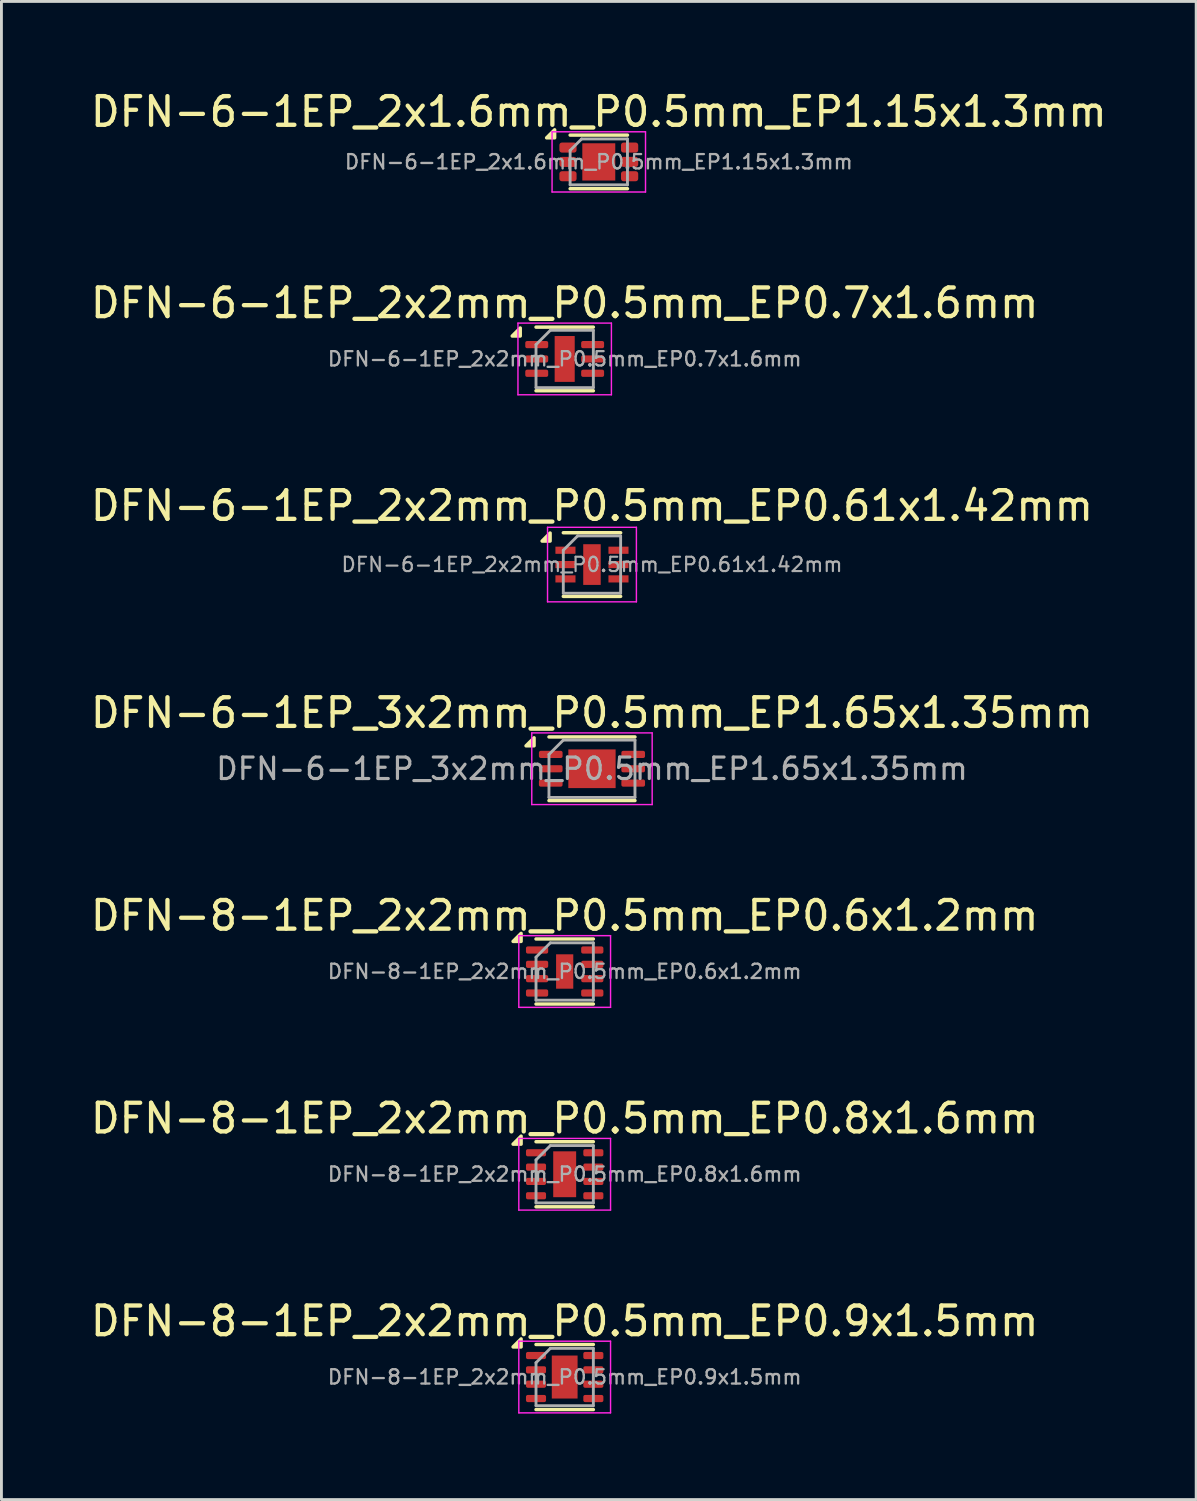
<source format=kicad_pcb>
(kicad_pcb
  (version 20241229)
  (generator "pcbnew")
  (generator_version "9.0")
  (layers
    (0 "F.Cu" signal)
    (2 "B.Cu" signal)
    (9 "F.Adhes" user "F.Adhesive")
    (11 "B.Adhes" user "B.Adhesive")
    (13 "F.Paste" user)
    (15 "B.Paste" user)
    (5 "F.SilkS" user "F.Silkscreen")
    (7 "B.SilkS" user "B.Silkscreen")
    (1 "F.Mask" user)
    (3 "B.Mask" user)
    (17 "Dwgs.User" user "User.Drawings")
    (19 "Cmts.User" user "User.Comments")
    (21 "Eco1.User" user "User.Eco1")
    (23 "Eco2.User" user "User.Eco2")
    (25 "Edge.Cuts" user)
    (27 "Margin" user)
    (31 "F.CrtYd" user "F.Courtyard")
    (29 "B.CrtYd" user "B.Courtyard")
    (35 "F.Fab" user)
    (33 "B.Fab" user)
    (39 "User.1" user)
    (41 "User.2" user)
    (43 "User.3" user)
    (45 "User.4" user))
  (footprint "DFN-6-1EP_2x2mm_P0.5mm_EP0.7x1.6mm"
    (layer "F.Cu")
    (at 16.649 9.472)
    (property "Reference" "DFN-6-1EP_2x2mm_P0.5mm_EP0.7x1.6mm" (at 0 -1.95 0) (layer "F.SilkS") (effects (font (size 1 1) (thickness 0.15))))
    (attr smd)
    (fp_line (start -1 -1.11) (end 1 -1.11) (stroke (width 0.12) (type solid)) (layer "F.SilkS"))
    (fp_line (start -1 1.11) (end 1 1.11) (stroke (width 0.12) (type solid)) (layer "F.SilkS"))
    (fp_poly (pts (xy -1.55 -0.8) (xy -1.83 -0.8) (xy -1.55 -1.08) (xy -1.55 -0.8)) (stroke (width 0.12) (type solid)) (fill yes) (layer "F.SilkS"))
    (fp_line (start -1.63 -1.25) (end -1.63 1.25) (stroke (width 0.05) (type solid)) (layer "F.CrtYd"))
    (fp_line (start -1.63 1.25) (end 1.63 1.25) (stroke (width 0.05) (type solid)) (layer "F.CrtYd"))
    (fp_line (start 1.63 -1.25) (end -1.63 -1.25) (stroke (width 0.05) (type solid)) (layer "F.CrtYd"))
    (fp_line (start 1.63 1.25) (end 1.63 -1.25) (stroke (width 0.05) (type solid)) (layer "F.CrtYd"))
    (fp_line (start -1 -0.5) (end -0.5 -1) (stroke (width 0.1) (type solid)) (layer "F.Fab"))
    (fp_line (start -1 1) (end -1 -0.5) (stroke (width 0.1) (type solid)) (layer "F.Fab"))
    (fp_line (start -0.5 -1) (end 1 -1) (stroke (width 0.1) (type solid)) (layer "F.Fab"))
    (fp_line (start 1 -1) (end 1 1) (stroke (width 0.1) (type solid)) (layer "F.Fab"))
    (fp_line (start 1 1) (end -1 1) (stroke (width 0.1) (type solid)) (layer "F.Fab"))
    (fp_text user "${REFERENCE}" (at 0 0 0) (layer "F.Fab") (effects (font (size 0.5 0.5) (thickness 0.08))))
    (pad "" smd roundrect (at 0 -0.4) (size 0.56 0.64) (layers "F.Paste") (roundrect_rratio 0.25))
    (pad "" smd roundrect (at 0 0.4) (size 0.56 0.64) (layers "F.Paste") (roundrect_rratio 0.25))
    (pad "1" smd roundrect (at -0.975 -0.5) (size 0.8 0.25) (layers "F.Cu" "F.Mask" "F.Paste") (roundrect_rratio 0.25))
    (pad "2" smd roundrect (at -0.975 0) (size 0.8 0.25) (layers "F.Cu" "F.Mask" "F.Paste") (roundrect_rratio 0.25))
    (pad "3" smd roundrect (at -0.975 0.5) (size 0.8 0.25) (layers "F.Cu" "F.Mask" "F.Paste") (roundrect_rratio 0.25))
    (pad "4" smd roundrect (at 0.975 0.5) (size 0.8 0.25) (layers "F.Cu" "F.Mask" "F.Paste") (roundrect_rratio 0.25))
    (pad "5" smd roundrect (at 0.975 0) (size 0.8 0.25) (layers "F.Cu" "F.Mask" "F.Paste") (roundrect_rratio 0.25))
    (pad "6" smd roundrect (at 0.975 -0.5) (size 0.8 0.25) (layers "F.Cu" "F.Mask" "F.Paste") (roundrect_rratio 0.25))
    (pad "7" smd rect (at 0 0) (size 0.7 1.6) (property pad_prop_heatsink) (layers "F.Cu" "F.Mask")))
  (footprint "DFN-6-1EP_2x1.6mm_P0.5mm_EP1.15x1.3mm"
    (layer "F.Cu")
    (at 17.839 2.598)
    (property "Reference" "DFN-6-1EP_2x1.6mm_P0.5mm_EP1.15x1.3mm" (at 0 -1.75 0) (layer "F.SilkS") (effects (font (size 1 1) (thickness 0.15))))
    (attr smd)
    (fp_line (start -1 -0.935) (end 1 -0.935) (stroke (width 0.12) (type solid)) (layer "F.SilkS"))
    (fp_line (start -1 0.935) (end 1 0.935) (stroke (width 0.12) (type solid)) (layer "F.SilkS"))
    (fp_poly (pts (xy -1.54 -0.84) (xy -1.82 -0.84) (xy -1.54 -1.12) (xy -1.54 -0.84)) (stroke (width 0.12) (type solid)) (fill yes) (layer "F.SilkS"))
    (fp_line (start -1.63 -1.05) (end -1.63 1.05) (stroke (width 0.05) (type solid)) (layer "F.CrtYd"))
    (fp_line (start -1.63 1.05) (end 1.63 1.05) (stroke (width 0.05) (type solid)) (layer "F.CrtYd"))
    (fp_line (start 1.63 -1.05) (end -1.63 -1.05) (stroke (width 0.05) (type solid)) (layer "F.CrtYd"))
    (fp_line (start 1.63 1.05) (end 1.63 -1.05) (stroke (width 0.05) (type solid)) (layer "F.CrtYd"))
    (fp_line (start -1 -0.4) (end -0.6 -0.8) (stroke (width 0.1) (type solid)) (layer "F.Fab"))
    (fp_line (start -1 0.8) (end -1 -0.4) (stroke (width 0.1) (type solid)) (layer "F.Fab"))
    (fp_line (start -0.6 -0.8) (end 1 -0.8) (stroke (width 0.1) (type solid)) (layer "F.Fab"))
    (fp_line (start 1 -0.8) (end 1 0.8) (stroke (width 0.1) (type solid)) (layer "F.Fab"))
    (fp_line (start 1 0.8) (end -1 0.8) (stroke (width 0.1) (type solid)) (layer "F.Fab"))
    (fp_text user "${REFERENCE}" (at 0 0 0) (layer "F.Fab") (effects (font (size 0.5 0.5) (thickness 0.08))))
    (pad "" smd roundrect (at 0 -0.325) (size 0.93 0.52) (layers "F.Paste") (roundrect_rratio 0.25))
    (pad "" smd roundrect (at 0 0.325) (size 0.93 0.52) (layers "F.Paste") (roundrect_rratio 0.25))
    (pad "1" smd roundrect (at -1.075 -0.5) (size 0.6 0.35) (layers "F.Cu" "F.Mask" "F.Paste") (roundrect_rratio 0.25))
    (pad "2" smd roundrect (at -1.075 0) (size 0.6 0.35) (layers "F.Cu" "F.Mask" "F.Paste") (roundrect_rratio 0.25))
    (pad "3" smd roundrect (at -1.075 0.5) (size 0.6 0.35) (layers "F.Cu" "F.Mask" "F.Paste") (roundrect_rratio 0.25))
    (pad "4" smd roundrect (at 1.075 0.5) (size 0.6 0.35) (layers "F.Cu" "F.Mask" "F.Paste") (roundrect_rratio 0.25))
    (pad "5" smd roundrect (at 1.075 0) (size 0.6 0.35) (layers "F.Cu" "F.Mask" "F.Paste") (roundrect_rratio 0.25))
    (pad "6" smd roundrect (at 1.075 -0.5) (size 0.6 0.35) (layers "F.Cu" "F.Mask" "F.Paste") (roundrect_rratio 0.25))
    (pad "7" smd rect (at 0 0) (size 1.15 1.3) (property pad_prop_heatsink) (layers "F.Cu" "F.Mask")))
  (footprint "DFN-8-1EP_2x2mm_P0.5mm_EP0.6x1.2mm"
    (layer "F.Cu")
    (at 16.649 30.841)
    (property "Reference" "DFN-8-1EP_2x2mm_P0.5mm_EP0.6x1.2mm" (at 0 -1.95 0) (layer "F.SilkS") (effects (font (size 1 1) (thickness 0.15))))
    (attr smd)
    (fp_line (start -1 -1.135) (end 1 -1.135) (stroke (width 0.12) (type solid)) (layer "F.SilkS"))
    (fp_line (start -1 1.135) (end 1 1.135) (stroke (width 0.12) (type solid)) (layer "F.SilkS"))
    (fp_poly (pts (xy -1.52 -1.05) (xy -1.8 -1.05) (xy -1.52 -1.33) (xy -1.52 -1.05)) (stroke (width 0.12) (type solid)) (fill yes) (layer "F.SilkS"))
    (fp_line (start -1.6 -1.25) (end -1.6 1.25) (stroke (width 0.05) (type solid)) (layer "F.CrtYd"))
    (fp_line (start -1.6 1.25) (end 1.6 1.25) (stroke (width 0.05) (type solid)) (layer "F.CrtYd"))
    (fp_line (start 1.6 -1.25) (end -1.6 -1.25) (stroke (width 0.05) (type solid)) (layer "F.CrtYd"))
    (fp_line (start 1.6 1.25) (end 1.6 -1.25) (stroke (width 0.05) (type solid)) (layer "F.CrtYd"))
    (fp_line (start -1 -0.5) (end -0.5 -1) (stroke (width 0.1) (type solid)) (layer "F.Fab"))
    (fp_line (start -1 1) (end -1 -0.5) (stroke (width 0.1) (type solid)) (layer "F.Fab"))
    (fp_line (start -0.5 -1) (end 1 -1) (stroke (width 0.1) (type solid)) (layer "F.Fab"))
    (fp_line (start 1 -1) (end 1 1) (stroke (width 0.1) (type solid)) (layer "F.Fab"))
    (fp_line (start 1 1) (end -1 1) (stroke (width 0.1) (type solid)) (layer "F.Fab"))
    (fp_text user "${REFERENCE}" (at 0 0 0) (layer "F.Fab") (effects (font (size 0.5 0.5) (thickness 0.08))))
    (pad "" smd roundrect (at -0.15 -0.3) (size 0.24 0.48) (layers "F.Paste") (roundrect_rratio 0.25))
    (pad "" smd roundrect (at -0.15 0.3) (size 0.24 0.48) (layers "F.Paste") (roundrect_rratio 0.25))
    (pad "" smd roundrect (at 0.15 -0.3) (size 0.24 0.48) (layers "F.Paste") (roundrect_rratio 0.25))
    (pad "" smd roundrect (at 0.15 0.3) (size 0.24 0.48) (layers "F.Paste") (roundrect_rratio 0.25))
    (pad "1" smd roundrect (at -0.963 -0.75) (size 0.775 0.25) (layers "F.Cu" "F.Mask" "F.Paste") (roundrect_rratio 0.25))
    (pad "2" smd roundrect (at -0.963 -0.25) (size 0.775 0.25) (layers "F.Cu" "F.Mask" "F.Paste") (roundrect_rratio 0.25))
    (pad "3" smd roundrect (at -0.963 0.25) (size 0.775 0.25) (layers "F.Cu" "F.Mask" "F.Paste") (roundrect_rratio 0.25))
    (pad "4" smd roundrect (at -0.963 0.75) (size 0.775 0.25) (layers "F.Cu" "F.Mask" "F.Paste") (roundrect_rratio 0.25))
    (pad "5" smd roundrect (at 0.963 0.75) (size 0.775 0.25) (layers "F.Cu" "F.Mask" "F.Paste") (roundrect_rratio 0.25))
    (pad "6" smd roundrect (at 0.963 0.25) (size 0.775 0.25) (layers "F.Cu" "F.Mask" "F.Paste") (roundrect_rratio 0.25))
    (pad "7" smd roundrect (at 0.963 -0.25) (size 0.775 0.25) (layers "F.Cu" "F.Mask" "F.Paste") (roundrect_rratio 0.25))
    (pad "8" smd roundrect (at 0.963 -0.75) (size 0.775 0.25) (layers "F.Cu" "F.Mask" "F.Paste") (roundrect_rratio 0.25))
    (pad "9" smd rect (at 0 0) (size 0.6 1.2) (property pad_prop_heatsink) (layers "F.Cu" "F.Mask")))
  (footprint "DFN-8-1EP_2x2mm_P0.5mm_EP0.8x1.6mm"
    (layer "F.Cu")
    (at 16.649 37.914)
    (property "Reference" "DFN-8-1EP_2x2mm_P0.5mm_EP0.8x1.6mm" (at 0 -1.95 0) (layer "F.SilkS") (effects (font (size 1 1) (thickness 0.15))))
    (attr smd)
    (fp_line (start -1 -1.135) (end 1 -1.135) (stroke (width 0.12) (type solid)) (layer "F.SilkS"))
    (fp_line (start -1 1.135) (end 1 1.135) (stroke (width 0.12) (type solid)) (layer "F.SilkS"))
    (fp_poly (pts (xy -1.52 -1.05) (xy -1.8 -1.05) (xy -1.52 -1.33) (xy -1.52 -1.05)) (stroke (width 0.12) (type solid)) (fill yes) (layer "F.SilkS"))
    (fp_line (start -1.6 -1.25) (end -1.6 1.25) (stroke (width 0.05) (type solid)) (layer "F.CrtYd"))
    (fp_line (start -1.6 1.25) (end 1.6 1.25) (stroke (width 0.05) (type solid)) (layer "F.CrtYd"))
    (fp_line (start 1.6 -1.25) (end -1.6 -1.25) (stroke (width 0.05) (type solid)) (layer "F.CrtYd"))
    (fp_line (start 1.6 1.25) (end 1.6 -1.25) (stroke (width 0.05) (type solid)) (layer "F.CrtYd"))
    (fp_line (start -1 -0.5) (end -0.5 -1) (stroke (width 0.1) (type solid)) (layer "F.Fab"))
    (fp_line (start -1 1) (end -1 -0.5) (stroke (width 0.1) (type solid)) (layer "F.Fab"))
    (fp_line (start -0.5 -1) (end 1 -1) (stroke (width 0.1) (type solid)) (layer "F.Fab"))
    (fp_line (start 1 -1) (end 1 1) (stroke (width 0.1) (type solid)) (layer "F.Fab"))
    (fp_line (start 1 1) (end -1 1) (stroke (width 0.1) (type solid)) (layer "F.Fab"))
    (fp_text user "${REFERENCE}" (at 0 0 0) (layer "F.Fab") (effects (font (size 0.5 0.5) (thickness 0.08))))
    (pad "" smd roundrect (at 0 0) (size 0.64 1.29) (layers "F.Paste") (roundrect_rratio 0.25))
    (pad "1" smd roundrect (at -1 -0.75) (size 0.7 0.25) (layers "F.Cu" "F.Mask" "F.Paste") (roundrect_rratio 0.25))
    (pad "2" smd roundrect (at -1 -0.25) (size 0.7 0.25) (layers "F.Cu" "F.Mask" "F.Paste") (roundrect_rratio 0.25))
    (pad "3" smd roundrect (at -1 0.25) (size 0.7 0.25) (layers "F.Cu" "F.Mask" "F.Paste") (roundrect_rratio 0.25))
    (pad "4" smd roundrect (at -1 0.75) (size 0.7 0.25) (layers "F.Cu" "F.Mask" "F.Paste") (roundrect_rratio 0.25))
    (pad "5" smd roundrect (at 1 0.75) (size 0.7 0.25) (layers "F.Cu" "F.Mask" "F.Paste") (roundrect_rratio 0.25))
    (pad "6" smd roundrect (at 1 0.25) (size 0.7 0.25) (layers "F.Cu" "F.Mask" "F.Paste") (roundrect_rratio 0.25))
    (pad "7" smd roundrect (at 1 -0.25) (size 0.7 0.25) (layers "F.Cu" "F.Mask" "F.Paste") (roundrect_rratio 0.25))
    (pad "8" smd roundrect (at 1 -0.75) (size 0.7 0.25) (layers "F.Cu" "F.Mask" "F.Paste") (roundrect_rratio 0.25))
    (pad "9" smd rect (at 0 0) (size 0.8 1.6) (property pad_prop_heatsink) (layers "F.Cu" "F.Mask")))
  (footprint "DFN-6-1EP_2x2mm_P0.5mm_EP0.61x1.42mm"
    (layer "F.Cu")
    (at 17.601 16.645)
    (property "Reference" "DFN-6-1EP_2x2mm_P0.5mm_EP0.61x1.42mm" (at 0 -2.05 0) (layer "F.SilkS") (effects (font (size 1 1) (thickness 0.15))))
    (attr smd)
    (fp_line (start -1 -1.11) (end 1 -1.11) (stroke (width 0.12) (type solid)) (layer "F.SilkS"))
    (fp_line (start -1 1.11) (end 1 1.11) (stroke (width 0.12) (type solid)) (layer "F.SilkS"))
    (fp_poly (pts (xy -1.46 -0.82) (xy -1.74 -0.82) (xy -1.46 -1.1) (xy -1.46 -0.82)) (stroke (width 0.12) (type solid)) (fill yes) (layer "F.SilkS"))
    (fp_line (start -1.55 -1.3) (end -1.55 1.3) (stroke (width 0.05) (type solid)) (layer "F.CrtYd"))
    (fp_line (start -1.55 -1.3) (end 1.55 -1.3) (stroke (width 0.05) (type solid)) (layer "F.CrtYd"))
    (fp_line (start -1.55 1.3) (end 1.55 1.3) (stroke (width 0.05) (type solid)) (layer "F.CrtYd"))
    (fp_line (start 1.55 -1.3) (end 1.55 1.3) (stroke (width 0.05) (type solid)) (layer "F.CrtYd"))
    (fp_line (start -1 -0.5) (end -0.5 -1) (stroke (width 0.1) (type solid)) (layer "F.Fab"))
    (fp_line (start -1 1) (end -1 -0.5) (stroke (width 0.1) (type solid)) (layer "F.Fab"))
    (fp_line (start -0.5 -1) (end 1 -1) (stroke (width 0.1) (type solid)) (layer "F.Fab"))
    (fp_line (start 1 -1) (end 1 1) (stroke (width 0.1) (type solid)) (layer "F.Fab"))
    (fp_line (start 1 1) (end -1 1) (stroke (width 0.1) (type solid)) (layer "F.Fab"))
    (fp_text user "${REFERENCE}" (at 0 0 0) (layer "F.Fab") (effects (font (size 0.5 0.5) (thickness 0.075))))
    (pad "" smd rect (at 0 -0.355) (size 0.5 0.56) (layers "F.Paste"))
    (pad "" smd rect (at 0 0.355) (size 0.5 0.56) (layers "F.Paste"))
    (pad "1" smd rect (at -0.925 -0.5) (size 0.7 0.25) (layers "F.Cu" "F.Mask" "F.Paste"))
    (pad "2" smd rect (at -0.925 0) (size 0.7 0.25) (layers "F.Cu" "F.Mask" "F.Paste"))
    (pad "3" smd rect (at -0.925 0.5) (size 0.7 0.25) (layers "F.Cu" "F.Mask" "F.Paste"))
    (pad "4" smd rect (at 0.925 0.5) (size 0.7 0.25) (layers "F.Cu" "F.Mask" "F.Paste"))
    (pad "5" smd rect (at 0.925 0) (size 0.7 0.25) (layers "F.Cu" "F.Mask" "F.Paste"))
    (pad "6" smd rect (at 0.925 -0.5) (size 0.7 0.25) (layers "F.Cu" "F.Mask" "F.Paste"))
    (pad "7" smd rect (at 0 0) (size 0.61 1.42) (layers "F.Cu" "F.Mask")))
  (footprint "DFN-8-1EP_2x2mm_P0.5mm_EP0.9x1.5mm"
    (layer "F.Cu")
    (at 16.649 44.988)
    (property "Reference" "DFN-8-1EP_2x2mm_P0.5mm_EP0.9x1.5mm" (at 0 -1.95 0) (layer "F.SilkS") (effects (font (size 1 1) (thickness 0.15))))
    (attr smd)
    (fp_line (start -1 -1.135) (end 1 -1.135) (stroke (width 0.12) (type solid)) (layer "F.SilkS"))
    (fp_line (start -1 1.135) (end 1 1.135) (stroke (width 0.12) (type solid)) (layer "F.SilkS"))
    (fp_poly (pts (xy -1.52 -1.05) (xy -1.8 -1.05) (xy -1.52 -1.33) (xy -1.52 -1.05)) (stroke (width 0.12) (type solid)) (fill yes) (layer "F.SilkS"))
    (fp_line (start -1.6 -1.25) (end -1.6 1.25) (stroke (width 0.05) (type solid)) (layer "F.CrtYd"))
    (fp_line (start -1.6 1.25) (end 1.6 1.25) (stroke (width 0.05) (type solid)) (layer "F.CrtYd"))
    (fp_line (start 1.6 -1.25) (end -1.6 -1.25) (stroke (width 0.05) (type solid)) (layer "F.CrtYd"))
    (fp_line (start 1.6 1.25) (end 1.6 -1.25) (stroke (width 0.05) (type solid)) (layer "F.CrtYd"))
    (fp_line (start -1 -0.5) (end -0.5 -1) (stroke (width 0.1) (type solid)) (layer "F.Fab"))
    (fp_line (start -1 1) (end -1 -0.5) (stroke (width 0.1) (type solid)) (layer "F.Fab"))
    (fp_line (start -0.5 -1) (end 1 -1) (stroke (width 0.1) (type solid)) (layer "F.Fab"))
    (fp_line (start 1 -1) (end 1 1) (stroke (width 0.1) (type solid)) (layer "F.Fab"))
    (fp_line (start 1 1) (end -1 1) (stroke (width 0.1) (type solid)) (layer "F.Fab"))
    (fp_text user "${REFERENCE}" (at 0 0 0) (layer "F.Fab") (effects (font (size 0.5 0.5) (thickness 0.08))))
    (pad "" smd roundrect (at -0.225 -0.375) (size 0.36 0.6) (layers "F.Paste") (roundrect_rratio 0.25))
    (pad "" smd roundrect (at -0.225 0.375) (size 0.36 0.6) (layers "F.Paste") (roundrect_rratio 0.25))
    (pad "" smd roundrect (at 0.225 -0.375) (size 0.36 0.6) (layers "F.Paste") (roundrect_rratio 0.25))
    (pad "" smd roundrect (at 0.225 0.375) (size 0.36 0.6) (layers "F.Paste") (roundrect_rratio 0.25))
    (pad "1" smd roundrect (at -1 -0.75) (size 0.7 0.25) (layers "F.Cu" "F.Mask" "F.Paste") (roundrect_rratio 0.25))
    (pad "2" smd roundrect (at -1 -0.25) (size 0.7 0.25) (layers "F.Cu" "F.Mask" "F.Paste") (roundrect_rratio 0.25))
    (pad "3" smd roundrect (at -1 0.25) (size 0.7 0.25) (layers "F.Cu" "F.Mask" "F.Paste") (roundrect_rratio 0.25))
    (pad "4" smd roundrect (at -1 0.75) (size 0.7 0.25) (layers "F.Cu" "F.Mask" "F.Paste") (roundrect_rratio 0.25))
    (pad "5" smd roundrect (at 1 0.75) (size 0.7 0.25) (layers "F.Cu" "F.Mask" "F.Paste") (roundrect_rratio 0.25))
    (pad "6" smd roundrect (at 1 0.25) (size 0.7 0.25) (layers "F.Cu" "F.Mask" "F.Paste") (roundrect_rratio 0.25))
    (pad "7" smd roundrect (at 1 -0.25) (size 0.7 0.25) (layers "F.Cu" "F.Mask" "F.Paste") (roundrect_rratio 0.25))
    (pad "8" smd roundrect (at 1 -0.75) (size 0.7 0.25) (layers "F.Cu" "F.Mask" "F.Paste") (roundrect_rratio 0.25))
    (pad "9" smd rect (at 0 0) (size 0.9 1.5) (property pad_prop_heatsink) (layers "F.Cu" "F.Mask")))
  (footprint "DFN-6-1EP_3x2mm_P0.5mm_EP1.65x1.35mm"
    (layer "F.Cu")
    (at 17.601 23.768)
    (property "Reference" "DFN-6-1EP_3x2mm_P0.5mm_EP1.65x1.35mm" (at 0 -1.95 0) (layer "F.SilkS") (effects (font (size 1 1) (thickness 0.15))))
    (attr smd)
    (fp_line (start -1.5 -1.11) (end 1.5 -1.11) (stroke (width 0.12) (type solid)) (layer "F.SilkS"))
    (fp_line (start -1.5 1.11) (end 1.5 1.11) (stroke (width 0.12) (type solid)) (layer "F.SilkS"))
    (fp_poly (pts (xy -2.02 -0.8) (xy -2.3 -0.8) (xy -2.02 -1.08) (xy -2.02 -0.8)) (stroke (width 0.12) (type solid)) (fill yes) (layer "F.SilkS"))
    (fp_line (start -2.1 -1.25) (end -2.1 1.25) (stroke (width 0.05) (type solid)) (layer "F.CrtYd"))
    (fp_line (start -2.1 1.25) (end 2.1 1.25) (stroke (width 0.05) (type solid)) (layer "F.CrtYd"))
    (fp_line (start 2.1 -1.25) (end -2.1 -1.25) (stroke (width 0.05) (type solid)) (layer "F.CrtYd"))
    (fp_line (start 2.1 1.25) (end 2.1 -1.25) (stroke (width 0.05) (type solid)) (layer "F.CrtYd"))
    (fp_line (start -1.5 -0.5) (end -1 -1) (stroke (width 0.1) (type solid)) (layer "F.Fab"))
    (fp_line (start -1.5 1) (end -1.5 -0.5) (stroke (width 0.1) (type solid)) (layer "F.Fab"))
    (fp_line (start -1 -1) (end 1.5 -1) (stroke (width 0.1) (type solid)) (layer "F.Fab"))
    (fp_line (start 1.5 -1) (end 1.5 1) (stroke (width 0.1) (type solid)) (layer "F.Fab"))
    (fp_line (start 1.5 1) (end -1.5 1) (stroke (width 0.1) (type solid)) (layer "F.Fab"))
    (fp_text user "${REFERENCE}" (at 0 0 0) (layer "F.Fab") (effects (font (size 0.75 0.75) (thickness 0.11))))
    (pad "" smd roundrect (at -0.41 -0.34) (size 0.67 0.54) (layers "F.Paste") (roundrect_rratio 0.25))
    (pad "" smd roundrect (at -0.41 0.34) (size 0.67 0.54) (layers "F.Paste") (roundrect_rratio 0.25))
    (pad "" smd roundrect (at 0.41 -0.34) (size 0.67 0.54) (layers "F.Paste") (roundrect_rratio 0.25))
    (pad "" smd roundrect (at 0.41 0.34) (size 0.67 0.54) (layers "F.Paste") (roundrect_rratio 0.25))
    (pad "1" smd roundrect (at -1.438 -0.5) (size 0.825 0.25) (layers "F.Cu" "F.Mask" "F.Paste") (roundrect_rratio 0.25))
    (pad "2" smd roundrect (at -1.438 0) (size 0.825 0.25) (layers "F.Cu" "F.Mask" "F.Paste") (roundrect_rratio 0.25))
    (pad "3" smd roundrect (at -1.438 0.5) (size 0.825 0.25) (layers "F.Cu" "F.Mask" "F.Paste") (roundrect_rratio 0.25))
    (pad "4" smd roundrect (at 1.438 0.5) (size 0.825 0.25) (layers "F.Cu" "F.Mask" "F.Paste") (roundrect_rratio 0.25))
    (pad "5" smd roundrect (at 1.438 0) (size 0.825 0.25) (layers "F.Cu" "F.Mask" "F.Paste") (roundrect_rratio 0.25))
    (pad "6" smd roundrect (at 1.438 -0.5) (size 0.825 0.25) (layers "F.Cu" "F.Mask" "F.Paste") (roundrect_rratio 0.25))
    (pad "7" smd rect (at 0 0) (size 1.65 1.35) (property pad_prop_heatsink) (layers "F.Cu" "F.Mask")))
  (gr_rect
    (start -3 -3)
    (end 38.679 49.263)
    (stroke (width 0.1) (type default))
    (fill no)
    (layer "Edge.Cuts")))
</source>
